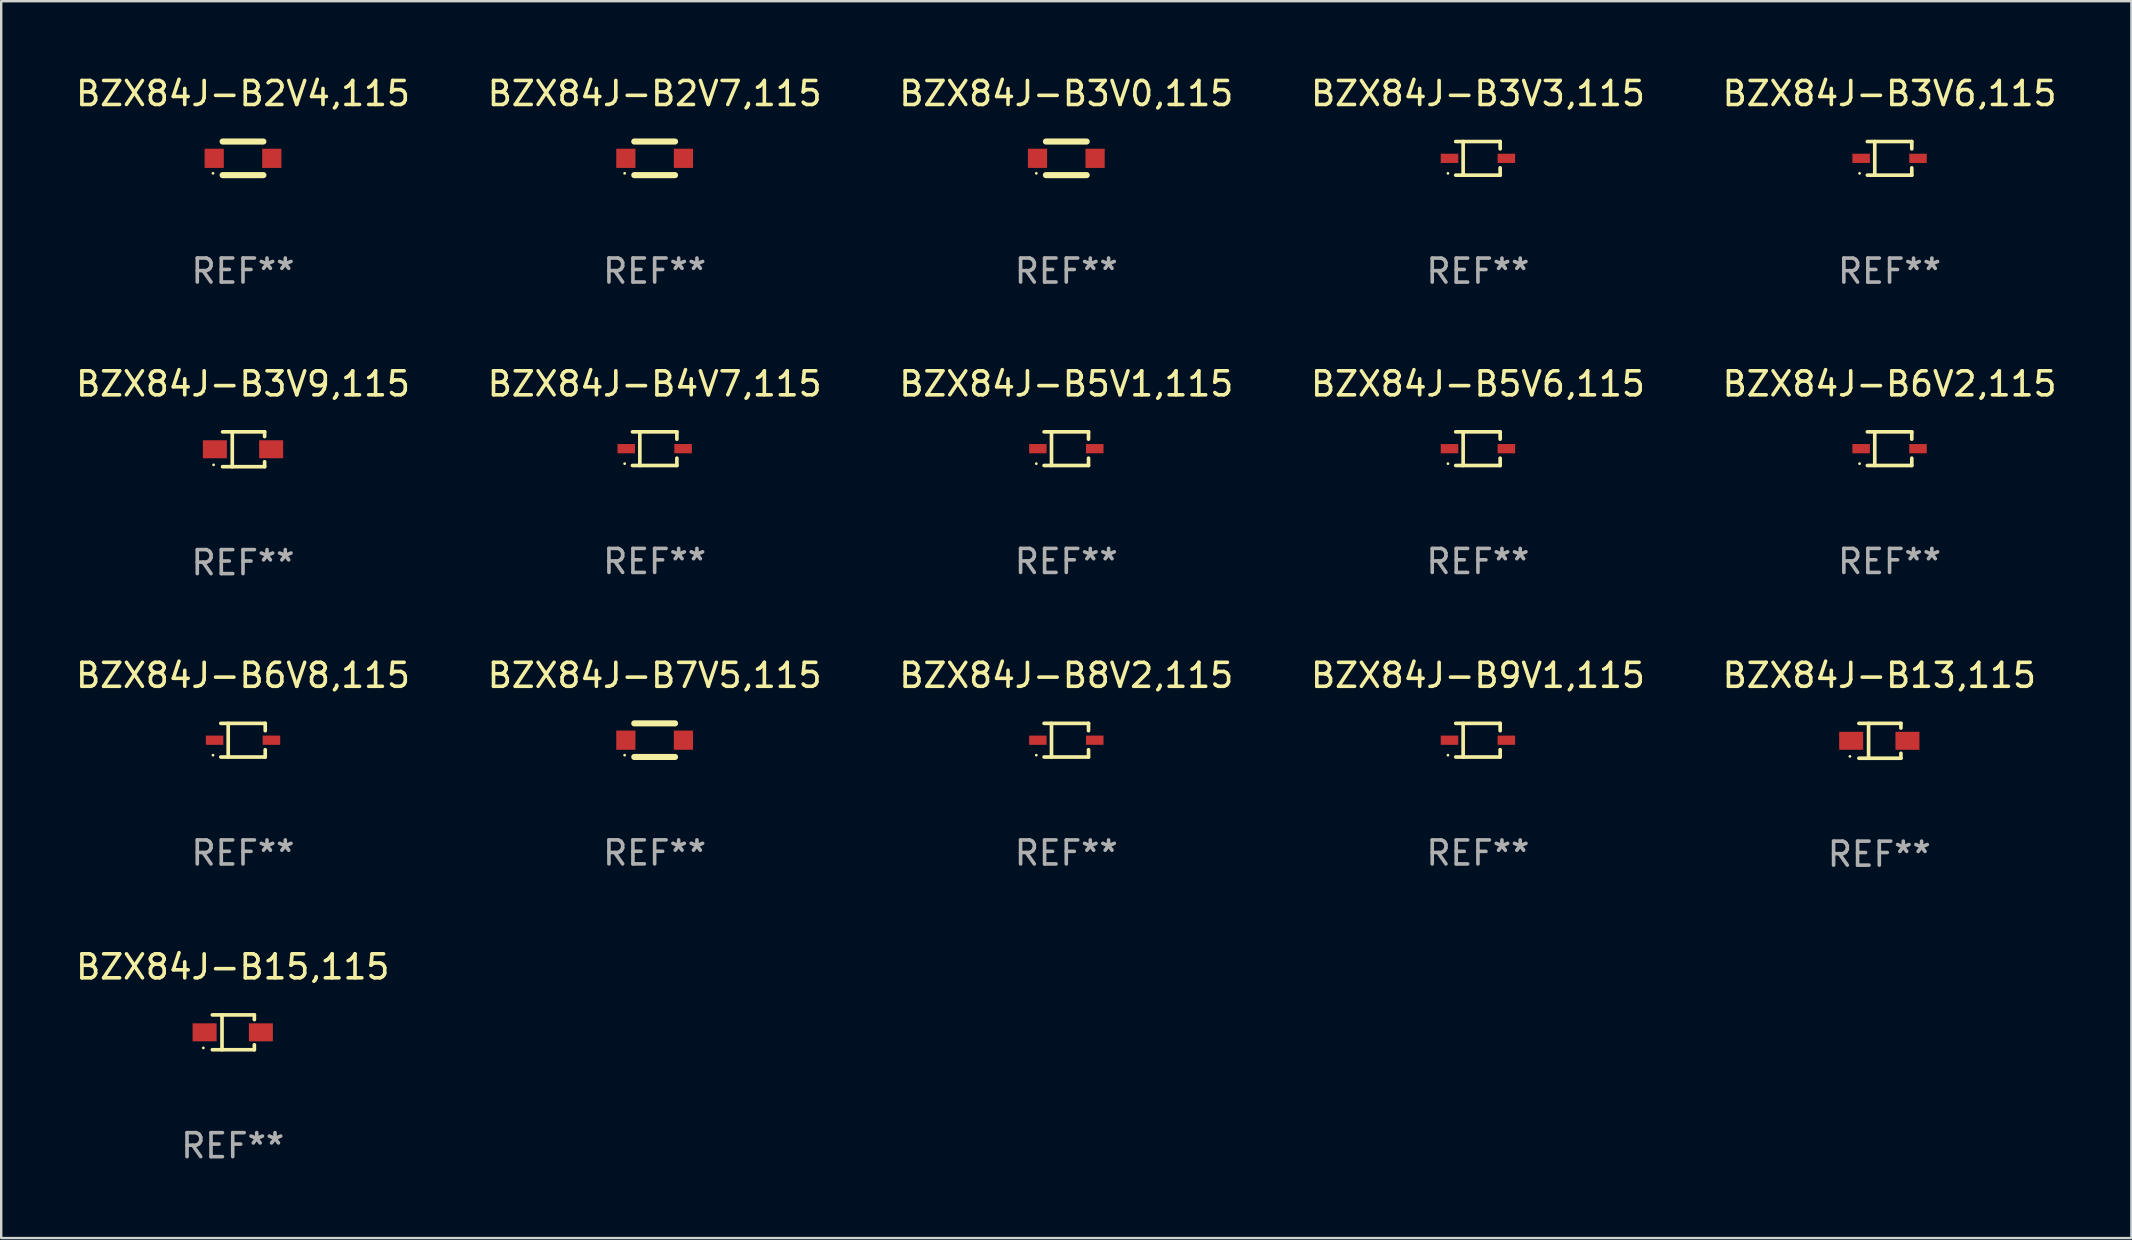
<source format=kicad_pcb>
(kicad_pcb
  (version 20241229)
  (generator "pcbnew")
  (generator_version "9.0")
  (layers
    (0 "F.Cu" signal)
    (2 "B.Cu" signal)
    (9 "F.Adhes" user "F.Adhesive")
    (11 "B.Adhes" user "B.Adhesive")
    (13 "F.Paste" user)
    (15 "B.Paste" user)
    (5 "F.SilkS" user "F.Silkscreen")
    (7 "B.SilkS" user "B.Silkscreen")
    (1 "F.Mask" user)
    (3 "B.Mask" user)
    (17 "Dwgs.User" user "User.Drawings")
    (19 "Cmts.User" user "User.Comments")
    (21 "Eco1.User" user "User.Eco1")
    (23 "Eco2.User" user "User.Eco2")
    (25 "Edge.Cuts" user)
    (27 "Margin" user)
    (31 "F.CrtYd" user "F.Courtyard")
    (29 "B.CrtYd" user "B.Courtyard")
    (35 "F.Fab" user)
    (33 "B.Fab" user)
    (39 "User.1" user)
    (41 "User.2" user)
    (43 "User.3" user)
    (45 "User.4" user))
  (footprint "BZX84J-B4V7,115"
    (layer "F.Cu")
    (at 24.232 15.648)
    (property "Reference" "BZX84J-B4V7,115" (at 0 -2.701 0) (layer "F.SilkS") (effects (font (size 1 1) (thickness 0.15))))
    (attr through_hole)
    (fp_line (start -0.926 -0.701) (end 0.926 -0.701) (stroke (width 0.152) (type solid)) (layer "F.SilkS"))
    (fp_line (start -0.926 0.701) (end 0.926 0.701) (stroke (width 0.152) (type solid)) (layer "F.SilkS"))
    (fp_line (start -0.617 -0.701) (end -0.617 0.701) (stroke (width 0.152) (type solid)) (layer "F.SilkS"))
    (fp_line (start 0.926 -0.701) (end 0.926 -0.396) (stroke (width 0.152) (type solid)) (layer "F.SilkS"))
    (fp_line (start 0.926 0.701) (end 0.926 0.396) (stroke (width 0.152) (type solid)) (layer "F.SilkS"))
    (fp_circle (center -1.25 0.625) (end -1.22 0.625) (stroke (width 0.06) (type solid)) (fill no) (layer "F.SilkS"))
    (fp_text user "REF**" (at 0 4.701 0) (layer "F.Fab") (effects (font (size 1 1) (thickness 0.15))))
    (pad "1" smd rect (at -1.185 0 180) (size 0.73 0.385) (layers "F.Cu" "F.Mask" "F.Paste"))
    (pad "2" smd rect (at 1.185 0 180) (size 0.73 0.385) (layers "F.Cu" "F.Mask" "F.Paste")))
  (footprint "BZX84J-B6V8,115"
    (layer "F.Cu")
    (at 7.077 27.797)
    (property "Reference" "BZX84J-B6V8,115" (at 0 -2.701 0) (layer "F.SilkS") (effects (font (size 1 1) (thickness 0.15))))
    (attr through_hole)
    (fp_line (start -0.926 -0.701) (end 0.926 -0.701) (stroke (width 0.152) (type solid)) (layer "F.SilkS"))
    (fp_line (start -0.926 0.701) (end 0.926 0.701) (stroke (width 0.152) (type solid)) (layer "F.SilkS"))
    (fp_line (start -0.617 -0.701) (end -0.617 0.701) (stroke (width 0.152) (type solid)) (layer "F.SilkS"))
    (fp_line (start 0.926 -0.701) (end 0.926 -0.396) (stroke (width 0.152) (type solid)) (layer "F.SilkS"))
    (fp_line (start 0.926 0.701) (end 0.926 0.396) (stroke (width 0.152) (type solid)) (layer "F.SilkS"))
    (fp_circle (center -1.25 0.625) (end -1.22 0.625) (stroke (width 0.06) (type solid)) (fill no) (layer "F.SilkS"))
    (fp_text user "REF**" (at 0 4.701 0) (layer "F.Fab") (effects (font (size 1 1) (thickness 0.15))))
    (pad "1" smd rect (at -1.185 0 180) (size 0.73 0.385) (layers "F.Cu" "F.Mask" "F.Paste"))
    (pad "2" smd rect (at 1.185 0 180) (size 0.73 0.385) (layers "F.Cu" "F.Mask" "F.Paste")))
  (footprint "BZX84J-B5V1,115"
    (layer "F.Cu")
    (at 41.387 15.648)
    (property "Reference" "BZX84J-B5V1,115" (at 0 -2.701 0) (layer "F.SilkS") (effects (font (size 1 1) (thickness 0.15))))
    (attr through_hole)
    (fp_line (start -0.926 -0.701) (end 0.926 -0.701) (stroke (width 0.152) (type solid)) (layer "F.SilkS"))
    (fp_line (start -0.926 0.701) (end 0.926 0.701) (stroke (width 0.152) (type solid)) (layer "F.SilkS"))
    (fp_line (start -0.617 -0.701) (end -0.617 0.701) (stroke (width 0.152) (type solid)) (layer "F.SilkS"))
    (fp_line (start 0.926 -0.701) (end 0.926 -0.396) (stroke (width 0.152) (type solid)) (layer "F.SilkS"))
    (fp_line (start 0.926 0.701) (end 0.926 0.396) (stroke (width 0.152) (type solid)) (layer "F.SilkS"))
    (fp_circle (center -1.25 0.625) (end -1.22 0.625) (stroke (width 0.06) (type solid)) (fill no) (layer "F.SilkS"))
    (fp_text user "REF**" (at 0 4.701 0) (layer "F.Fab") (effects (font (size 1 1) (thickness 0.15))))
    (pad "1" smd rect (at -1.185 0 180) (size 0.73 0.385) (layers "F.Cu" "F.Mask" "F.Paste"))
    (pad "2" smd rect (at 1.185 0 180) (size 0.73 0.385) (layers "F.Cu" "F.Mask" "F.Paste")))
  (footprint "BZX84J-B2V4,115"
    (layer "F.Cu")
    (at 7.077 3.548)
    (property "Reference" "BZX84J-B2V4,115" (at 0 -2.7 0) (layer "F.SilkS") (effects (font (size 1 1) (thickness 0.15))))
    (attr through_hole)
    (fp_line (start -0.85 -0.7) (end 0.85 -0.7) (stroke (width 0.254) (type solid)) (layer "F.SilkS"))
    (fp_line (start -0.85 0.7) (end 0.85 0.7) (stroke (width 0.254) (type solid)) (layer "F.SilkS"))
    (fp_circle (center -1.25 0.625) (end -1.22 0.625) (stroke (width 0.06) (type solid)) (fill no) (layer "F.SilkS"))
    (fp_text user "REF**" (at 0 4.7 0) (layer "F.Fab") (effects (font (size 1 1) (thickness 0.15))))
    (pad "1" smd rect (at -1.2 0) (size 0.8 0.8) (layers "F.Cu" "F.Mask" "F.Paste"))
    (pad "2" smd rect (at 1.2 0) (size 0.8 0.8) (layers "F.Cu" "F.Mask" "F.Paste")))
  (footprint "BZX84J-B5V6,115"
    (layer "F.Cu")
    (at 58.542 15.648)
    (property "Reference" "BZX84J-B5V6,115" (at 0 -2.701 0) (layer "F.SilkS") (effects (font (size 1 1) (thickness 0.15))))
    (attr through_hole)
    (fp_line (start -0.926 -0.701) (end 0.926 -0.701) (stroke (width 0.152) (type solid)) (layer "F.SilkS"))
    (fp_line (start -0.926 0.701) (end 0.926 0.701) (stroke (width 0.152) (type solid)) (layer "F.SilkS"))
    (fp_line (start -0.617 -0.701) (end -0.617 0.701) (stroke (width 0.152) (type solid)) (layer "F.SilkS"))
    (fp_line (start 0.926 -0.701) (end 0.926 -0.396) (stroke (width 0.152) (type solid)) (layer "F.SilkS"))
    (fp_line (start 0.926 0.701) (end 0.926 0.396) (stroke (width 0.152) (type solid)) (layer "F.SilkS"))
    (fp_circle (center -1.25 0.625) (end -1.22 0.625) (stroke (width 0.06) (type solid)) (fill no) (layer "F.SilkS"))
    (fp_text user "REF**" (at 0 4.701 0) (layer "F.Fab") (effects (font (size 1 1) (thickness 0.15))))
    (pad "1" smd rect (at -1.185 0 180) (size 0.73 0.385) (layers "F.Cu" "F.Mask" "F.Paste"))
    (pad "2" smd rect (at 1.185 0 180) (size 0.73 0.385) (layers "F.Cu" "F.Mask" "F.Paste")))
  (footprint "BZX84J-B8V2,115"
    (layer "F.Cu")
    (at 41.387 27.797)
    (property "Reference" "BZX84J-B8V2,115" (at 0 -2.701 0) (layer "F.SilkS") (effects (font (size 1 1) (thickness 0.15))))
    (attr through_hole)
    (fp_line (start -0.926 -0.701) (end 0.926 -0.701) (stroke (width 0.152) (type solid)) (layer "F.SilkS"))
    (fp_line (start -0.926 0.701) (end 0.926 0.701) (stroke (width 0.152) (type solid)) (layer "F.SilkS"))
    (fp_line (start -0.617 -0.701) (end -0.617 0.701) (stroke (width 0.152) (type solid)) (layer "F.SilkS"))
    (fp_line (start 0.926 -0.701) (end 0.926 -0.396) (stroke (width 0.152) (type solid)) (layer "F.SilkS"))
    (fp_line (start 0.926 0.701) (end 0.926 0.396) (stroke (width 0.152) (type solid)) (layer "F.SilkS"))
    (fp_circle (center -1.25 0.625) (end -1.22 0.625) (stroke (width 0.06) (type solid)) (fill no) (layer "F.SilkS"))
    (fp_text user "REF**" (at 0 4.701 0) (layer "F.Fab") (effects (font (size 1 1) (thickness 0.15))))
    (pad "1" smd rect (at -1.185 0 180) (size 0.73 0.385) (layers "F.Cu" "F.Mask" "F.Paste"))
    (pad "2" smd rect (at 1.185 0 180) (size 0.73 0.385) (layers "F.Cu" "F.Mask" "F.Paste")))
  (footprint "BZX84J-B15,115"
    (layer "F.Cu")
    (at 6.649 39.971)
    (property "Reference" "BZX84J-B15,115" (at 0 -2.726 0) (layer "F.SilkS") (effects (font (size 1 1) (thickness 0.15))))
    (attr through_hole)
    (fp_line (start -0.851 -0.726) (end 0.901 -0.726) (stroke (width 0.152) (type solid)) (layer "F.SilkS"))
    (fp_line (start -0.851 0.726) (end 0.901 0.726) (stroke (width 0.152) (type solid)) (layer "F.SilkS"))
    (fp_line (start -0.447 -0.726) (end -0.447 0.726) (stroke (width 0.152) (type solid)) (layer "F.SilkS"))
    (fp_line (start 0.901 -0.726) (end 0.901 -0.53) (stroke (width 0.152) (type solid)) (layer "F.SilkS"))
    (fp_line (start 0.901 0.726) (end 0.901 0.52) (stroke (width 0.152) (type solid)) (layer "F.SilkS"))
    (fp_circle (center -1.225 0.65) (end -1.195 0.65) (stroke (width 0.06) (type solid)) (fill no) (layer "F.SilkS"))
    (fp_text user "REF**" (at 0 4.726 0) (layer "F.Fab") (effects (font (size 1 1) (thickness 0.15))))
    (pad "1" smd rect (at -1.173 0) (size 1 0.75) (layers "F.Cu" "F.Mask" "F.Paste"))
    (pad "2" smd rect (at 1.173 0) (size 1 0.75) (layers "F.Cu" "F.Mask" "F.Paste")))
  (footprint "BZX84J-B3V6,115"
    (layer "F.Cu")
    (at 75.696 3.549)
    (property "Reference" "BZX84J-B3V6,115" (at 0 -2.701 0) (layer "F.SilkS") (effects (font (size 1 1) (thickness 0.15))))
    (attr through_hole)
    (fp_line (start -0.926 -0.701) (end 0.926 -0.701) (stroke (width 0.152) (type solid)) (layer "F.SilkS"))
    (fp_line (start -0.926 0.701) (end 0.926 0.701) (stroke (width 0.152) (type solid)) (layer "F.SilkS"))
    (fp_line (start -0.617 -0.701) (end -0.617 0.701) (stroke (width 0.152) (type solid)) (layer "F.SilkS"))
    (fp_line (start 0.926 -0.701) (end 0.926 -0.396) (stroke (width 0.152) (type solid)) (layer "F.SilkS"))
    (fp_line (start 0.926 0.701) (end 0.926 0.396) (stroke (width 0.152) (type solid)) (layer "F.SilkS"))
    (fp_circle (center -1.25 0.625) (end -1.22 0.625) (stroke (width 0.06) (type solid)) (fill no) (layer "F.SilkS"))
    (fp_text user "REF**" (at 0 4.701 0) (layer "F.Fab") (effects (font (size 1 1) (thickness 0.15))))
    (pad "1" smd rect (at -1.185 0 180) (size 0.73 0.385) (layers "F.Cu" "F.Mask" "F.Paste"))
    (pad "2" smd rect (at 1.185 0 180) (size 0.73 0.385) (layers "F.Cu" "F.Mask" "F.Paste")))
  (footprint "BZX84J-B3V0,115"
    (layer "F.Cu")
    (at 41.387 3.548)
    (property "Reference" "BZX84J-B3V0,115" (at 0 -2.7 0) (layer "F.SilkS") (effects (font (size 1 1) (thickness 0.15))))
    (attr through_hole)
    (fp_line (start -0.85 -0.7) (end 0.85 -0.7) (stroke (width 0.254) (type solid)) (layer "F.SilkS"))
    (fp_line (start -0.85 0.7) (end 0.85 0.7) (stroke (width 0.254) (type solid)) (layer "F.SilkS"))
    (fp_circle (center -1.25 0.625) (end -1.22 0.625) (stroke (width 0.06) (type solid)) (fill no) (layer "F.SilkS"))
    (fp_text user "REF**" (at 0 4.7 0) (layer "F.Fab") (effects (font (size 1 1) (thickness 0.15))))
    (pad "1" smd rect (at -1.2 0) (size 0.8 0.8) (layers "F.Cu" "F.Mask" "F.Paste"))
    (pad "2" smd rect (at 1.2 0) (size 0.8 0.8) (layers "F.Cu" "F.Mask" "F.Paste")))
  (footprint "BZX84J-B13,115"
    (layer "F.Cu")
    (at 75.268 27.822)
    (property "Reference" "BZX84J-B13,115" (at 0 -2.726 0) (layer "F.SilkS") (effects (font (size 1 1) (thickness 0.15))))
    (attr through_hole)
    (fp_line (start -0.851 -0.726) (end 0.901 -0.726) (stroke (width 0.152) (type solid)) (layer "F.SilkS"))
    (fp_line (start -0.851 0.726) (end 0.901 0.726) (stroke (width 0.152) (type solid)) (layer "F.SilkS"))
    (fp_line (start -0.447 -0.726) (end -0.447 0.726) (stroke (width 0.152) (type solid)) (layer "F.SilkS"))
    (fp_line (start 0.901 -0.726) (end 0.901 -0.53) (stroke (width 0.152) (type solid)) (layer "F.SilkS"))
    (fp_line (start 0.901 0.726) (end 0.901 0.52) (stroke (width 0.152) (type solid)) (layer "F.SilkS"))
    (fp_circle (center -1.225 0.65) (end -1.195 0.65) (stroke (width 0.06) (type solid)) (fill no) (layer "F.SilkS"))
    (fp_text user "REF**" (at 0 4.726 0) (layer "F.Fab") (effects (font (size 1 1) (thickness 0.15))))
    (pad "1" smd rect (at -1.173 0) (size 1 0.75) (layers "F.Cu" "F.Mask" "F.Paste"))
    (pad "2" smd rect (at 1.173 0) (size 1 0.75) (layers "F.Cu" "F.Mask" "F.Paste")))
  (footprint "BZX84J-B2V7,115"
    (layer "F.Cu")
    (at 24.232 3.548)
    (property "Reference" "BZX84J-B2V7,115" (at 0 -2.7 0) (layer "F.SilkS") (effects (font (size 1 1) (thickness 0.15))))
    (attr through_hole)
    (fp_line (start -0.85 -0.7) (end 0.85 -0.7) (stroke (width 0.254) (type solid)) (layer "F.SilkS"))
    (fp_line (start -0.85 0.7) (end 0.85 0.7) (stroke (width 0.254) (type solid)) (layer "F.SilkS"))
    (fp_circle (center -1.25 0.625) (end -1.22 0.625) (stroke (width 0.06) (type solid)) (fill no) (layer "F.SilkS"))
    (fp_text user "REF**" (at 0 4.7 0) (layer "F.Fab") (effects (font (size 1 1) (thickness 0.15))))
    (pad "1" smd rect (at -1.2 0) (size 0.8 0.8) (layers "F.Cu" "F.Mask" "F.Paste"))
    (pad "2" smd rect (at 1.2 0) (size 0.8 0.8) (layers "F.Cu" "F.Mask" "F.Paste")))
  (footprint "BZX84J-B3V9,115"
    (layer "F.Cu")
    (at 7.077 15.673)
    (property "Reference" "BZX84J-B3V9,115" (at 0 -2.726 0) (layer "F.SilkS") (effects (font (size 1 1) (thickness 0.15))))
    (attr through_hole)
    (fp_line (start -0.851 -0.726) (end 0.901 -0.726) (stroke (width 0.152) (type solid)) (layer "F.SilkS"))
    (fp_line (start -0.851 0.726) (end 0.901 0.726) (stroke (width 0.152) (type solid)) (layer "F.SilkS"))
    (fp_line (start -0.447 -0.726) (end -0.447 0.726) (stroke (width 0.152) (type solid)) (layer "F.SilkS"))
    (fp_line (start 0.901 -0.726) (end 0.901 -0.53) (stroke (width 0.152) (type solid)) (layer "F.SilkS"))
    (fp_line (start 0.901 0.726) (end 0.901 0.52) (stroke (width 0.152) (type solid)) (layer "F.SilkS"))
    (fp_circle (center -1.225 0.65) (end -1.195 0.65) (stroke (width 0.06) (type solid)) (fill no) (layer "F.SilkS"))
    (fp_text user "REF**" (at 0 4.726 0) (layer "F.Fab") (effects (font (size 1 1) (thickness 0.15))))
    (pad "1" smd rect (at -1.173 0) (size 1 0.75) (layers "F.Cu" "F.Mask" "F.Paste"))
    (pad "2" smd rect (at 1.173 0) (size 1 0.75) (layers "F.Cu" "F.Mask" "F.Paste")))
  (footprint "BZX84J-B9V1,115"
    (layer "F.Cu")
    (at 58.542 27.797)
    (property "Reference" "BZX84J-B9V1,115" (at 0 -2.701 0) (layer "F.SilkS") (effects (font (size 1 1) (thickness 0.15))))
    (attr through_hole)
    (fp_line (start -0.926 -0.701) (end 0.926 -0.701) (stroke (width 0.152) (type solid)) (layer "F.SilkS"))
    (fp_line (start -0.926 0.701) (end 0.926 0.701) (stroke (width 0.152) (type solid)) (layer "F.SilkS"))
    (fp_line (start -0.617 -0.701) (end -0.617 0.701) (stroke (width 0.152) (type solid)) (layer "F.SilkS"))
    (fp_line (start 0.926 -0.701) (end 0.926 -0.396) (stroke (width 0.152) (type solid)) (layer "F.SilkS"))
    (fp_line (start 0.926 0.701) (end 0.926 0.396) (stroke (width 0.152) (type solid)) (layer "F.SilkS"))
    (fp_circle (center -1.25 0.625) (end -1.22 0.625) (stroke (width 0.06) (type solid)) (fill no) (layer "F.SilkS"))
    (fp_text user "REF**" (at 0 4.701 0) (layer "F.Fab") (effects (font (size 1 1) (thickness 0.15))))
    (pad "1" smd rect (at -1.185 0 180) (size 0.73 0.385) (layers "F.Cu" "F.Mask" "F.Paste"))
    (pad "2" smd rect (at 1.185 0 180) (size 0.73 0.385) (layers "F.Cu" "F.Mask" "F.Paste")))
  (footprint "BZX84J-B7V5,115"
    (layer "F.Cu")
    (at 24.232 27.796)
    (property "Reference" "BZX84J-B7V5,115" (at 0 -2.7 0) (layer "F.SilkS") (effects (font (size 1 1) (thickness 0.15))))
    (attr through_hole)
    (fp_line (start -0.85 -0.7) (end 0.85 -0.7) (stroke (width 0.254) (type solid)) (layer "F.SilkS"))
    (fp_line (start -0.85 0.7) (end 0.85 0.7) (stroke (width 0.254) (type solid)) (layer "F.SilkS"))
    (fp_circle (center -1.25 0.625) (end -1.22 0.625) (stroke (width 0.06) (type solid)) (fill no) (layer "F.SilkS"))
    (fp_text user "REF**" (at 0 4.7 0) (layer "F.Fab") (effects (font (size 1 1) (thickness 0.15))))
    (pad "1" smd rect (at -1.2 0) (size 0.8 0.8) (layers "F.Cu" "F.Mask" "F.Paste"))
    (pad "2" smd rect (at 1.2 0) (size 0.8 0.8) (layers "F.Cu" "F.Mask" "F.Paste")))
  (footprint "BZX84J-B3V3,115"
    (layer "F.Cu")
    (at 58.542 3.549)
    (property "Reference" "BZX84J-B3V3,115" (at 0 -2.701 0) (layer "F.SilkS") (effects (font (size 1 1) (thickness 0.15))))
    (attr through_hole)
    (fp_line (start -0.926 -0.701) (end 0.926 -0.701) (stroke (width 0.152) (type solid)) (layer "F.SilkS"))
    (fp_line (start -0.926 0.701) (end 0.926 0.701) (stroke (width 0.152) (type solid)) (layer "F.SilkS"))
    (fp_line (start -0.617 -0.701) (end -0.617 0.701) (stroke (width 0.152) (type solid)) (layer "F.SilkS"))
    (fp_line (start 0.926 -0.701) (end 0.926 -0.396) (stroke (width 0.152) (type solid)) (layer "F.SilkS"))
    (fp_line (start 0.926 0.701) (end 0.926 0.396) (stroke (width 0.152) (type solid)) (layer "F.SilkS"))
    (fp_circle (center -1.25 0.625) (end -1.22 0.625) (stroke (width 0.06) (type solid)) (fill no) (layer "F.SilkS"))
    (fp_text user "REF**" (at 0 4.701 0) (layer "F.Fab") (effects (font (size 1 1) (thickness 0.15))))
    (pad "1" smd rect (at -1.185 0 180) (size 0.73 0.385) (layers "F.Cu" "F.Mask" "F.Paste"))
    (pad "2" smd rect (at 1.185 0 180) (size 0.73 0.385) (layers "F.Cu" "F.Mask" "F.Paste")))
  (footprint "BZX84J-B6V2,115"
    (layer "F.Cu")
    (at 75.696 15.648)
    (property "Reference" "BZX84J-B6V2,115" (at 0 -2.701 0) (layer "F.SilkS") (effects (font (size 1 1) (thickness 0.15))))
    (attr through_hole)
    (fp_line (start -0.926 -0.701) (end 0.926 -0.701) (stroke (width 0.152) (type solid)) (layer "F.SilkS"))
    (fp_line (start -0.926 0.701) (end 0.926 0.701) (stroke (width 0.152) (type solid)) (layer "F.SilkS"))
    (fp_line (start -0.617 -0.701) (end -0.617 0.701) (stroke (width 0.152) (type solid)) (layer "F.SilkS"))
    (fp_line (start 0.926 -0.701) (end 0.926 -0.396) (stroke (width 0.152) (type solid)) (layer "F.SilkS"))
    (fp_line (start 0.926 0.701) (end 0.926 0.396) (stroke (width 0.152) (type solid)) (layer "F.SilkS"))
    (fp_circle (center -1.25 0.625) (end -1.22 0.625) (stroke (width 0.06) (type solid)) (fill no) (layer "F.SilkS"))
    (fp_text user "REF**" (at 0 4.701 0) (layer "F.Fab") (effects (font (size 1 1) (thickness 0.15))))
    (pad "1" smd rect (at -1.185 0 180) (size 0.73 0.385) (layers "F.Cu" "F.Mask" "F.Paste"))
    (pad "2" smd rect (at 1.185 0 180) (size 0.73 0.385) (layers "F.Cu" "F.Mask" "F.Paste")))
  (gr_rect
    (start -3 -3)
    (end 85.774 48.546)
    (stroke (width 0.1) (type default))
    (fill no)
    (layer "Edge.Cuts")))
</source>
